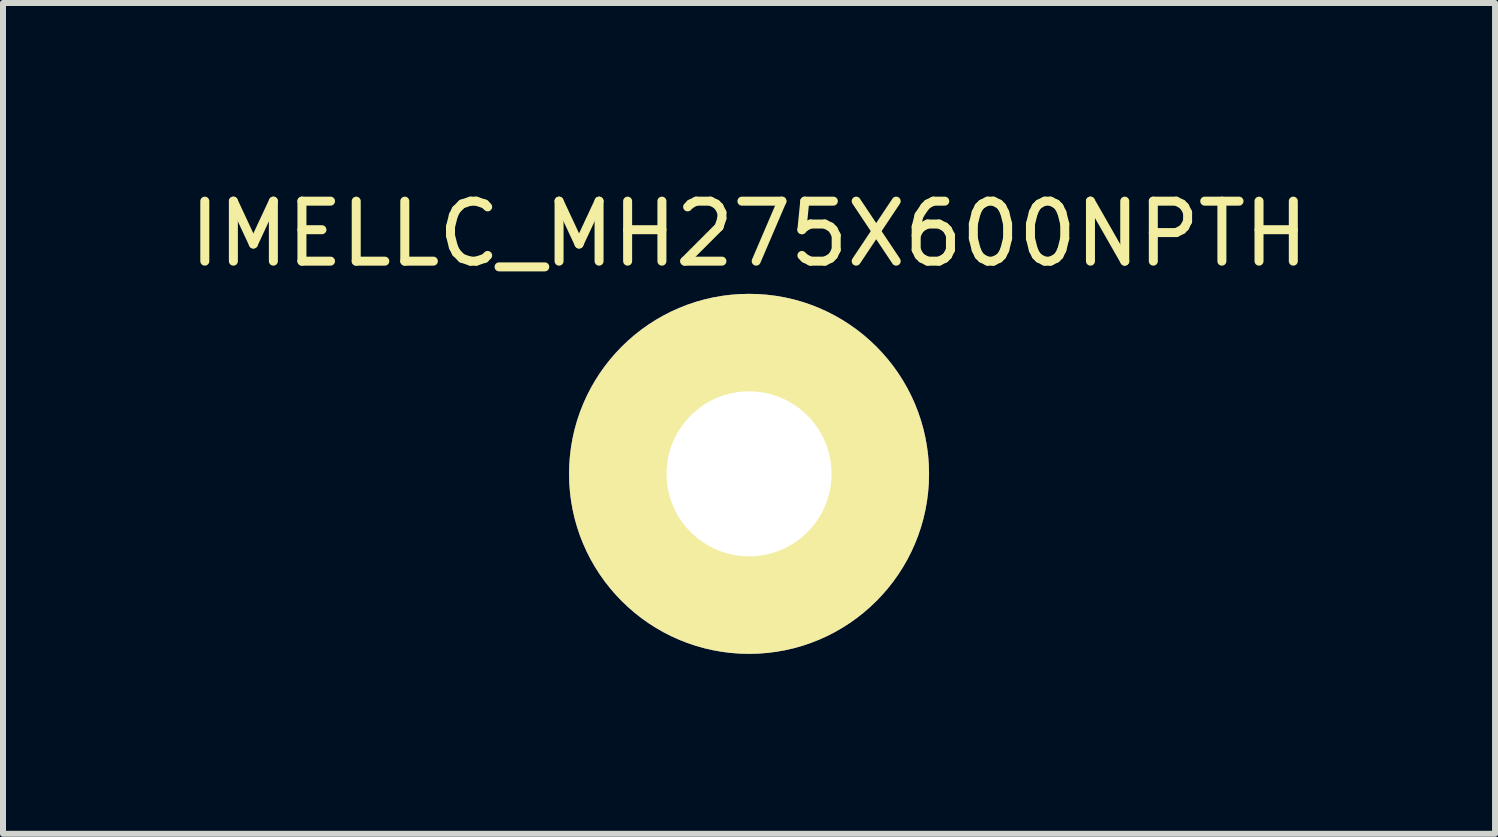
<source format=kicad_pcb>
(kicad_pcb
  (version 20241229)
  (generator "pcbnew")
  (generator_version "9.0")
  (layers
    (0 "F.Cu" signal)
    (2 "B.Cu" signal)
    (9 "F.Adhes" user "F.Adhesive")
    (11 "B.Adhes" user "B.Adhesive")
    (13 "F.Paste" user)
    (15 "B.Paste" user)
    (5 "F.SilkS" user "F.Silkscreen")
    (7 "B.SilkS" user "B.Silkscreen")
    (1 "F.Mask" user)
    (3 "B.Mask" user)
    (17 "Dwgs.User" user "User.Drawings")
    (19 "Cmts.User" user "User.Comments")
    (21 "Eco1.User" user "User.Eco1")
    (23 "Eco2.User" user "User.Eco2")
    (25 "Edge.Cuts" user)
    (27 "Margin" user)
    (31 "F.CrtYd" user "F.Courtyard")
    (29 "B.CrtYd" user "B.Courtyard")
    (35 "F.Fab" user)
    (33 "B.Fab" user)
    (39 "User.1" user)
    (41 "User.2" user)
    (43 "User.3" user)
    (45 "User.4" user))
  (footprint "IMELLC_MH275X600NPTH"
    (layer "F.Cu")
    (at 9.435 4.848)
    (property "Reference" "IMELLC_MH275X600NPTH" (at 0 -4 0) (layer "F.SilkS") (effects (font (size 1 1) (thickness 0.15))))
    (attr through_hole)
    (pad "" np_thru_hole circle (at 0 0) (size 6 6) (drill 2.75) (layers "*.Cu" "*.Mask" "F.SilkS")))
  (gr_rect
    (start -3 -3)
    (end 21.869 10.848)
    (stroke (width 0.1) (type default))
    (fill no)
    (layer "Edge.Cuts")))
</source>
